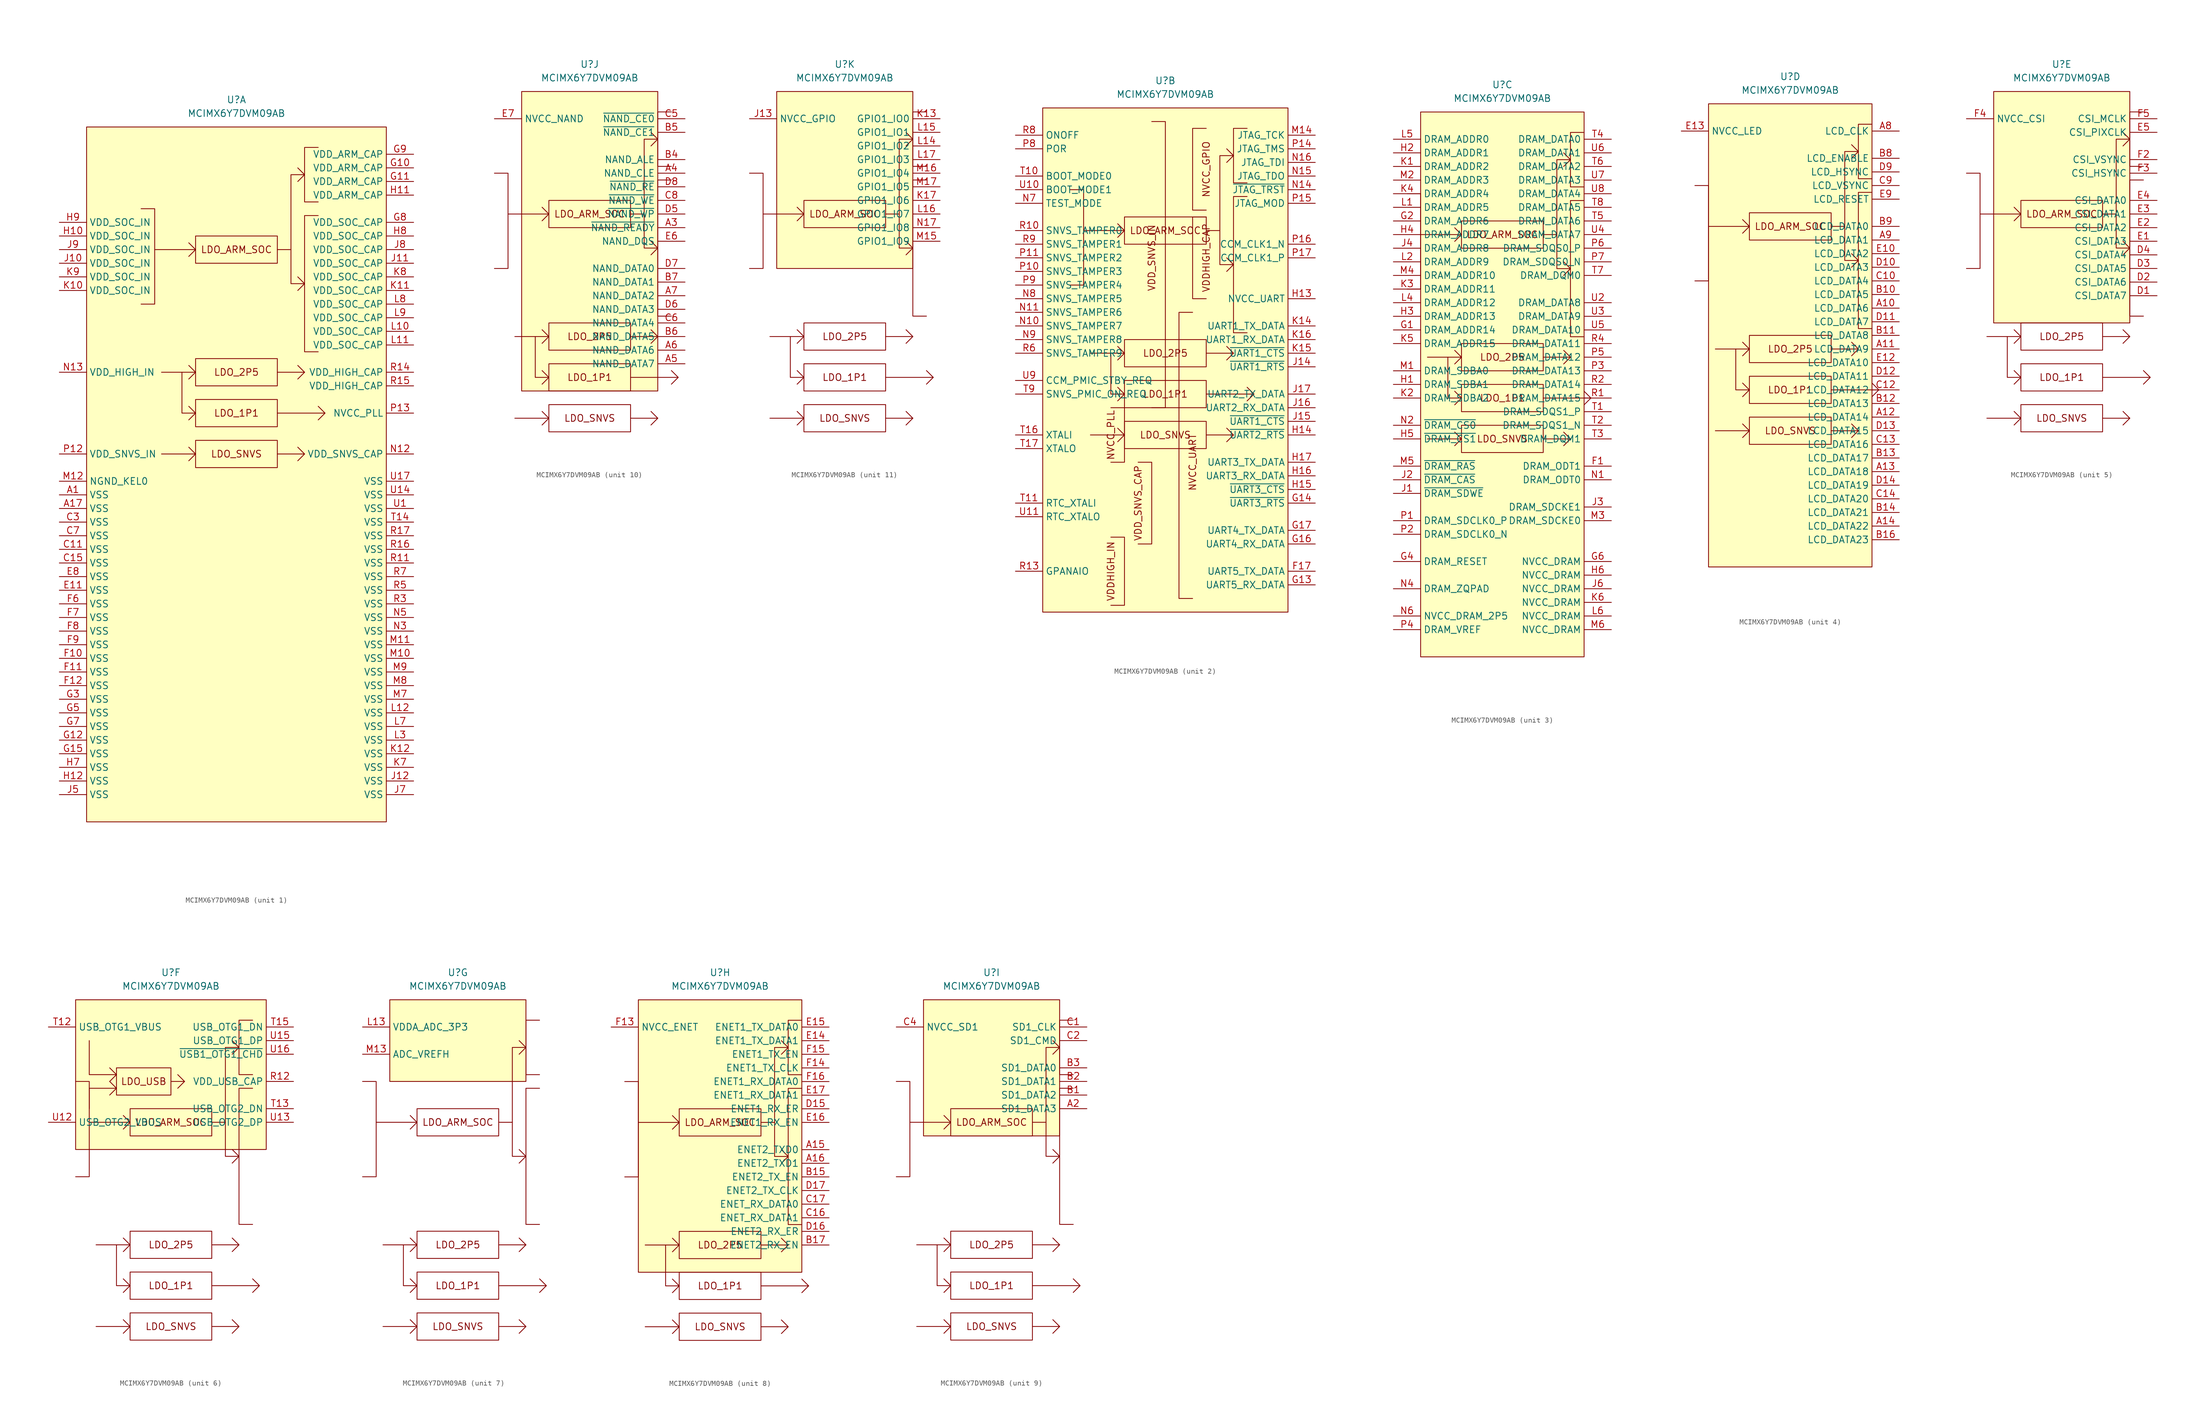
<source format=kicad_sym>
(kicad_symbol_lib
  (version 20210619)
  (generator kicad_symbol_editor)
  (symbol "symbols:MCIMX6Y7DVM09AB"
    (property "Reference" "U"
      (at 0 0 0)
      (effects (font (size 1.27 1.27))))
    (property "Value" "MCIMX6Y7DVM09AB"
      (at 0 -2.54 0)
      (effects (font (size 1.27 1.27))))
    (property "ki_locked" ""
      (at 0 0 0)
      (effects (font (size 1.27 1.27))))
    (symbol "MCIMX6Y7DVM09AB_0_0"
      (text "LDO_1P1" (at 0 -58.42 0) (effects (font (size 1.27 1.27))))
      (text "LDO_2P5" (at 0 -50.8 0) (effects (font (size 1.27 1.27))))
      (text "LDO_ARM_SOC" (at 0 -27.94 0) (effects (font (size 1.27 1.27))))
      (text "LDO_SNVS" (at 0 -66.04 0) (effects (font (size 1.27 1.27))))
      (rectangle (start -7.62 -63.5) (end 7.62 -68.58) (stroke (width 0.152)) (fill (type none)))
      (rectangle (start -7.62 -55.88) (end 7.62 -60.96) (stroke (width 0.152)) (fill (type none)))
      (rectangle (start -7.62 -48.26) (end 7.62 -53.34) (stroke (width 0.152)) (fill (type none)))
      (rectangle (start -7.62 -25.4) (end 7.62 -30.48) (stroke (width 0.152)) (fill (type none)))
      (polyline (pts (xy -15.24 -27.94) (xy -7.62 -27.94)) (stroke (width 0.152)) (fill (type none)))
      (polyline (pts (xy -13.97 -66.04) (xy -7.62 -66.04)) (stroke (width 0.152)) (fill (type none)))
      (polyline (pts (xy -13.97 -50.8) (xy -7.62 -50.8)) (stroke (width 0.152)) (fill (type none)))
      (polyline (pts (xy 7.62 -66.04) (xy 12.7 -66.04)) (stroke (width 0.152)) (fill (type none)))
      (polyline (pts (xy 7.62 -58.42) (xy 16.51 -58.42)) (stroke (width 0.152)) (fill (type none)))
      (polyline (pts (xy 7.62 -50.8) (xy 12.7 -50.8)) (stroke (width 0.152)) (fill (type none)))
      (polyline (pts (xy -8.89 -64.77) (xy -7.62 -66.04) (xy -8.89 -67.31)) (stroke (width 0.152)) (fill (type none)))
      (polyline (pts (xy -8.89 -57.15) (xy -7.62 -58.42) (xy -8.89 -59.69)) (stroke (width 0.152)) (fill (type none)))
      (polyline (pts (xy -8.89 -49.53) (xy -7.62 -50.8) (xy -8.89 -52.07)) (stroke (width 0.152)) (fill (type none)))
      (polyline (pts (xy -8.89 -26.67) (xy -7.62 -27.94) (xy -8.89 -29.21)) (stroke (width 0.152)) (fill (type none)))
      (polyline (pts (xy -7.62 -58.42) (xy -10.16 -58.42) (xy -10.16 -50.8)) (stroke (width 0.152)) (fill (type none)))
      (polyline (pts (xy 10.16 -27.94) (xy 10.16 -34.29) (xy 12.7 -34.29)) (stroke (width 0.152)) (fill (type none)))
      (polyline (pts (xy 11.43 -64.77) (xy 12.7 -66.04) (xy 11.43 -67.31)) (stroke (width 0.152)) (fill (type none)))
      (polyline (pts (xy 11.43 -52.07) (xy 12.7 -50.8) (xy 11.43 -49.53)) (stroke (width 0.152)) (fill (type none)))
      (polyline (pts (xy 11.43 -33.02) (xy 12.7 -34.29) (xy 11.43 -35.56)) (stroke (width 0.152)) (fill (type none)))
      (polyline (pts (xy 11.43 -12.7) (xy 12.7 -13.97) (xy 11.43 -15.24)) (stroke (width 0.152)) (fill (type none)))
      (polyline (pts (xy 15.24 -59.69) (xy 16.51 -58.42) (xy 15.24 -57.15)) (stroke (width 0.152)) (fill (type none)))
      (polyline (pts (xy -17.78 -20.32) (xy -15.24 -20.32) (xy -15.24 -38.1) (xy -17.78 -38.1)) (stroke (width 0.152)) (fill (type none)))
      (polyline (pts (xy 7.62 -27.94) (xy 10.16 -27.94) (xy 10.16 -13.97) (xy 12.7 -13.97)) (stroke (width 0.152)) (fill (type none)))
      (polyline (pts (xy 15.24 -21.59) (xy 12.7 -21.59) (xy 12.7 -46.99) (xy 15.24 -46.99)) (stroke (width 0.152)) (fill (type none)))
      (polyline (pts (xy 15.24 -8.89) (xy 12.7 -8.89) (xy 12.7 -19.05) (xy 15.24 -19.05)) (stroke (width 0.152)) (fill (type none))))
    (symbol "MCIMX6Y7DVM09AB_1_1"
      (rectangle (start -27.94 -5.08) (end 27.94 -134.62) (stroke (width 0.152)) (fill (type background)))
      (pin power_in line (at -33.02 -73.66 0) (length 5.08) (name "VSS" (effects (font (size 1.27 1.27)))) (number "A1" (effects (font (size 1.27 1.27)))))
      (pin power_in line (at -33.02 -76.2 0) (length 5.08) (name "VSS" (effects (font (size 1.27 1.27)))) (number "A17" (effects (font (size 1.27 1.27)))))
      (pin power_in line (at -33.02 -83.82 0) (length 5.08) (name "VSS" (effects (font (size 1.27 1.27)))) (number "C11" (effects (font (size 1.27 1.27)))))
      (pin power_in line (at -33.02 -86.36 0) (length 5.08) (name "VSS" (effects (font (size 1.27 1.27)))) (number "C15" (effects (font (size 1.27 1.27)))))
      (pin power_in line (at -33.02 -78.74 0) (length 5.08) (name "VSS" (effects (font (size 1.27 1.27)))) (number "C3" (effects (font (size 1.27 1.27)))))
      (pin power_in line (at -33.02 -81.28 0) (length 5.08) (name "VSS" (effects (font (size 1.27 1.27)))) (number "C7" (effects (font (size 1.27 1.27)))))
      (pin power_in line (at -33.02 -91.44 0) (length 5.08) (name "VSS" (effects (font (size 1.27 1.27)))) (number "E11" (effects (font (size 1.27 1.27)))))
      (pin power_in line (at -33.02 -88.9 0) (length 5.08) (name "VSS" (effects (font (size 1.27 1.27)))) (number "E8" (effects (font (size 1.27 1.27)))))
      (pin power_in line (at -33.02 -104.14 0) (length 5.08) (name "VSS" (effects (font (size 1.27 1.27)))) (number "F10" (effects (font (size 1.27 1.27)))))
      (pin power_in line (at -33.02 -106.68 0) (length 5.08) (name "VSS" (effects (font (size 1.27 1.27)))) (number "F11" (effects (font (size 1.27 1.27)))))
      (pin power_in line (at -33.02 -109.22 0) (length 5.08) (name "VSS" (effects (font (size 1.27 1.27)))) (number "F12" (effects (font (size 1.27 1.27)))))
      (pin power_in line (at -33.02 -93.98 0) (length 5.08) (name "VSS" (effects (font (size 1.27 1.27)))) (number "F6" (effects (font (size 1.27 1.27)))))
      (pin power_in line (at -33.02 -96.52 0) (length 5.08) (name "VSS" (effects (font (size 1.27 1.27)))) (number "F7" (effects (font (size 1.27 1.27)))))
      (pin power_in line (at -33.02 -99.06 0) (length 5.08) (name "VSS" (effects (font (size 1.27 1.27)))) (number "F8" (effects (font (size 1.27 1.27)))))
      (pin power_in line (at -33.02 -101.6 0) (length 5.08) (name "VSS" (effects (font (size 1.27 1.27)))) (number "F9" (effects (font (size 1.27 1.27)))))
      (pin power_out line (at 33.02 -12.7 180) (length 5.08) (name "VDD_ARM_CAP" (effects (font (size 1.27 1.27)))) (number "G10" (effects (font (size 1.27 1.27)))))
      (pin power_out line (at 33.02 -15.24 180) (length 5.08) (name "VDD_ARM_CAP" (effects (font (size 1.27 1.27)))) (number "G11" (effects (font (size 1.27 1.27)))))
      (pin power_in line (at -33.02 -119.38 0) (length 5.08) (name "VSS" (effects (font (size 1.27 1.27)))) (number "G12" (effects (font (size 1.27 1.27)))))
      (pin power_in line (at -33.02 -121.92 0) (length 5.08) (name "VSS" (effects (font (size 1.27 1.27)))) (number "G15" (effects (font (size 1.27 1.27)))))
      (pin power_in line (at -33.02 -111.76 0) (length 5.08) (name "VSS" (effects (font (size 1.27 1.27)))) (number "G3" (effects (font (size 1.27 1.27)))))
      (pin power_in line (at -33.02 -114.3 0) (length 5.08) (name "VSS" (effects (font (size 1.27 1.27)))) (number "G5" (effects (font (size 1.27 1.27)))))
      (pin power_in line (at -33.02 -116.84 0) (length 5.08) (name "VSS" (effects (font (size 1.27 1.27)))) (number "G7" (effects (font (size 1.27 1.27)))))
      (pin power_out line (at 33.02 -22.86 180) (length 5.08) (name "VDD_SOC_CAP" (effects (font (size 1.27 1.27)))) (number "G8" (effects (font (size 1.27 1.27)))))
      (pin power_out line (at 33.02 -10.16 180) (length 5.08) (name "VDD_ARM_CAP" (effects (font (size 1.27 1.27)))) (number "G9" (effects (font (size 1.27 1.27)))))
      (pin power_in line (at -33.02 -25.4 0) (length 5.08) (name "VDD_SOC_IN" (effects (font (size 1.27 1.27)))) (number "H10" (effects (font (size 1.27 1.27)))))
      (pin power_out line (at 33.02 -17.78 180) (length 5.08) (name "VDD_ARM_CAP" (effects (font (size 1.27 1.27)))) (number "H11" (effects (font (size 1.27 1.27)))))
      (pin power_in line (at -33.02 -127 0) (length 5.08) (name "VSS" (effects (font (size 1.27 1.27)))) (number "H12" (effects (font (size 1.27 1.27)))))
      (pin power_in line (at -33.02 -124.46 0) (length 5.08) (name "VSS" (effects (font (size 1.27 1.27)))) (number "H7" (effects (font (size 1.27 1.27)))))
      (pin power_out line (at 33.02 -25.4 180) (length 5.08) (name "VDD_SOC_CAP" (effects (font (size 1.27 1.27)))) (number "H8" (effects (font (size 1.27 1.27)))))
      (pin power_in line (at -33.02 -22.86 0) (length 5.08) (name "VDD_SOC_IN" (effects (font (size 1.27 1.27)))) (number "H9" (effects (font (size 1.27 1.27)))))
      (pin power_in line (at -33.02 -30.48 0) (length 5.08) (name "VDD_SOC_IN" (effects (font (size 1.27 1.27)))) (number "J10" (effects (font (size 1.27 1.27)))))
      (pin power_out line (at 33.02 -30.48 180) (length 5.08) (name "VDD_SOC_CAP" (effects (font (size 1.27 1.27)))) (number "J11" (effects (font (size 1.27 1.27)))))
      (pin power_out line (at 33.02 -127 180) (length 5.08) (name "VSS" (effects (font (size 1.27 1.27)))) (number "J12" (effects (font (size 1.27 1.27)))))
      (pin power_in line (at -33.02 -129.54 0) (length 5.08) (name "VSS" (effects (font (size 1.27 1.27)))) (number "J5" (effects (font (size 1.27 1.27)))))
      (pin power_out line (at 33.02 -129.54 180) (length 5.08) (name "VSS" (effects (font (size 1.27 1.27)))) (number "J7" (effects (font (size 1.27 1.27)))))
      (pin power_out line (at 33.02 -27.94 180) (length 5.08) (name "VDD_SOC_CAP" (effects (font (size 1.27 1.27)))) (number "J8" (effects (font (size 1.27 1.27)))))
      (pin power_in line (at -33.02 -27.94 0) (length 5.08) (name "VDD_SOC_IN" (effects (font (size 1.27 1.27)))) (number "J9" (effects (font (size 1.27 1.27)))))
      (pin power_in line (at -33.02 -35.56 0) (length 5.08) (name "VDD_SOC_IN" (effects (font (size 1.27 1.27)))) (number "K10" (effects (font (size 1.27 1.27)))))
      (pin power_out line (at 33.02 -35.56 180) (length 5.08) (name "VDD_SOC_CAP" (effects (font (size 1.27 1.27)))) (number "K11" (effects (font (size 1.27 1.27)))))
      (pin power_out line (at 33.02 -121.92 180) (length 5.08) (name "VSS" (effects (font (size 1.27 1.27)))) (number "K12" (effects (font (size 1.27 1.27)))))
      (pin power_out line (at 33.02 -124.46 180) (length 5.08) (name "VSS" (effects (font (size 1.27 1.27)))) (number "K7" (effects (font (size 1.27 1.27)))))
      (pin power_out line (at 33.02 -33.02 180) (length 5.08) (name "VDD_SOC_CAP" (effects (font (size 1.27 1.27)))) (number "K8" (effects (font (size 1.27 1.27)))))
      (pin power_in line (at -33.02 -33.02 0) (length 5.08) (name "VDD_SOC_IN" (effects (font (size 1.27 1.27)))) (number "K9" (effects (font (size 1.27 1.27)))))
      (pin power_out line (at 33.02 -43.18 180) (length 5.08) (name "VDD_SOC_CAP" (effects (font (size 1.27 1.27)))) (number "L10" (effects (font (size 1.27 1.27)))))
      (pin power_out line (at 33.02 -45.72 180) (length 5.08) (name "VDD_SOC_CAP" (effects (font (size 1.27 1.27)))) (number "L11" (effects (font (size 1.27 1.27)))))
      (pin power_out line (at 33.02 -114.3 180) (length 5.08) (name "VSS" (effects (font (size 1.27 1.27)))) (number "L12" (effects (font (size 1.27 1.27)))))
      (pin power_out line (at 33.02 -119.38 180) (length 5.08) (name "VSS" (effects (font (size 1.27 1.27)))) (number "L3" (effects (font (size 1.27 1.27)))))
      (pin power_out line (at 33.02 -116.84 180) (length 5.08) (name "VSS" (effects (font (size 1.27 1.27)))) (number "L7" (effects (font (size 1.27 1.27)))))
      (pin power_out line (at 33.02 -38.1 180) (length 5.08) (name "VDD_SOC_CAP" (effects (font (size 1.27 1.27)))) (number "L8" (effects (font (size 1.27 1.27)))))
      (pin power_out line (at 33.02 -40.64 180) (length 5.08) (name "VDD_SOC_CAP" (effects (font (size 1.27 1.27)))) (number "L9" (effects (font (size 1.27 1.27)))))
      (pin power_out line (at 33.02 -104.14 180) (length 5.08) (name "VSS" (effects (font (size 1.27 1.27)))) (number "M10" (effects (font (size 1.27 1.27)))))
      (pin power_out line (at 33.02 -101.6 180) (length 5.08) (name "VSS" (effects (font (size 1.27 1.27)))) (number "M11" (effects (font (size 1.27 1.27)))))
      (pin power_in line (at -33.02 -71.12 0) (length 5.08) (name "NGND_KEL0" (effects (font (size 1.27 1.27)))) (number "M12" (effects (font (size 1.27 1.27)))))
      (pin power_out line (at 33.02 -111.76 180) (length 5.08) (name "VSS" (effects (font (size 1.27 1.27)))) (number "M7" (effects (font (size 1.27 1.27)))))
      (pin power_out line (at 33.02 -109.22 180) (length 5.08) (name "VSS" (effects (font (size 1.27 1.27)))) (number "M8" (effects (font (size 1.27 1.27)))))
      (pin power_out line (at 33.02 -106.68 180) (length 5.08) (name "VSS" (effects (font (size 1.27 1.27)))) (number "M9" (effects (font (size 1.27 1.27)))))
      (pin power_out line (at 33.02 -66.04 180) (length 5.08) (name "VDD_SNVS_CAP" (effects (font (size 1.27 1.27)))) (number "N12" (effects (font (size 1.27 1.27)))))
      (pin power_in line (at -33.02 -50.8 0) (length 5.08) (name "VDD_HIGH_IN" (effects (font (size 1.27 1.27)))) (number "N13" (effects (font (size 1.27 1.27)))))
      (pin power_out line (at 33.02 -99.06 180) (length 5.08) (name "VSS" (effects (font (size 1.27 1.27)))) (number "N3" (effects (font (size 1.27 1.27)))))
      (pin power_out line (at 33.02 -96.52 180) (length 5.08) (name "VSS" (effects (font (size 1.27 1.27)))) (number "N5" (effects (font (size 1.27 1.27)))))
      (pin power_in line (at -33.02 -66.04 0) (length 5.08) (name "VDD_SNVS_IN" (effects (font (size 1.27 1.27)))) (number "P12" (effects (font (size 1.27 1.27)))))
      (pin power_out line (at 33.02 -58.42 180) (length 5.08) (name "NVCC_PLL" (effects (font (size 1.27 1.27)))) (number "P13" (effects (font (size 1.27 1.27)))))
      (pin power_out line (at 33.02 -86.36 180) (length 5.08) (name "VSS" (effects (font (size 1.27 1.27)))) (number "R11" (effects (font (size 1.27 1.27)))))
      (pin power_out line (at 33.02 -50.8 180) (length 5.08) (name "VDD_HIGH_CAP" (effects (font (size 1.27 1.27)))) (number "R14" (effects (font (size 1.27 1.27)))))
      (pin power_out line (at 33.02 -53.34 180) (length 5.08) (name "VDD_HIGH_CAP" (effects (font (size 1.27 1.27)))) (number "R15" (effects (font (size 1.27 1.27)))))
      (pin power_out line (at 33.02 -83.82 180) (length 5.08) (name "VSS" (effects (font (size 1.27 1.27)))) (number "R16" (effects (font (size 1.27 1.27)))))
      (pin power_out line (at 33.02 -81.28 180) (length 5.08) (name "VSS" (effects (font (size 1.27 1.27)))) (number "R17" (effects (font (size 1.27 1.27)))))
      (pin power_out line (at 33.02 -93.98 180) (length 5.08) (name "VSS" (effects (font (size 1.27 1.27)))) (number "R3" (effects (font (size 1.27 1.27)))))
      (pin power_out line (at 33.02 -91.44 180) (length 5.08) (name "VSS" (effects (font (size 1.27 1.27)))) (number "R5" (effects (font (size 1.27 1.27)))))
      (pin power_out line (at 33.02 -88.9 180) (length 5.08) (name "VSS" (effects (font (size 1.27 1.27)))) (number "R7" (effects (font (size 1.27 1.27)))))
      (pin power_out line (at 33.02 -78.74 180) (length 5.08) (name "VSS" (effects (font (size 1.27 1.27)))) (number "T14" (effects (font (size 1.27 1.27)))))
      (pin power_out line (at 33.02 -76.2 180) (length 5.08) (name "VSS" (effects (font (size 1.27 1.27)))) (number "U1" (effects (font (size 1.27 1.27)))))
      (pin power_out line (at 33.02 -73.66 180) (length 5.08) (name "VSS" (effects (font (size 1.27 1.27)))) (number "U14" (effects (font (size 1.27 1.27)))))
      (pin power_out line (at 33.02 -71.12 180) (length 5.08) (name "VSS" (effects (font (size 1.27 1.27)))) (number "U17" (effects (font (size 1.27 1.27))))))
    (symbol "MCIMX6Y7DVM09AB_2_0"
      (rectangle (start -22.86 -5.08) (end 22.86 -99.06) (stroke (width 0.152)) (fill (type background)))
      (polyline (pts (xy -10.16 -60.96) (xy -7.62 -60.96) (xy -7.62 -71.12) (xy -10.16 -71.12)) (stroke (width 0.152)) (fill (type none)))
      (polyline (pts (xy -5.08 -71.12) (xy -2.54 -71.12) (xy -2.54 -86.36) (xy -5.08 -86.36)) (stroke (width 0.152)) (fill (type none)))
      (polyline (pts (xy 5.08 -43.18) (xy 2.54 -43.18) (xy 2.54 -96.52) (xy 5.08 -96.52)) (stroke (width 0.152)) (fill (type none)))
      (polyline (pts (xy 7.62 -40.64) (xy 5.08 -40.64) (xy 5.08 -25.4) (xy 7.62 -25.4)) (stroke (width 0.152)) (fill (type none)))
      (polyline (pts (xy 7.62 -24.13) (xy 5.08 -24.13) (xy 5.08 -8.89) (xy 7.62 -8.89)) (stroke (width 0.152)) (fill (type none))))
    (symbol "MCIMX6Y7DVM09AB_2_1"
      (text "NVCC_GPIO" (at 7.62 -16.51 900) (effects (font (size 1.27 1.27))))
      (text "NVCC_PLL" (at -10.16 -66.04 900) (effects (font (size 1.27 1.27))))
      (text "NVCC_UART" (at 5.08 -71.12 900) (effects (font (size 1.27 1.27))))
      (text "VDD_SNVS_CAP" (at -5.08 -78.74 900) (effects (font (size 1.27 1.27))))
      (text "VDD_SNVS_IN" (at -2.54 -33.02 900) (effects (font (size 1.27 1.27))))
      (text "VDDHIGH_CAP" (at 7.62 -33.02 900) (effects (font (size 1.27 1.27))))
      (text "VDDHIGH_IN" (at -10.16 -91.44 900) (effects (font (size 1.27 1.27))))
      (polyline (pts (xy -10.16 -85.09) (xy -7.62 -85.09) (xy -7.62 -97.79) (xy -10.16 -97.79)) (stroke (width 0.152)) (fill (type none)))
      (polyline (pts (xy -2.54 -7.62) (xy 0 -7.62) (xy 0 -60.96) (xy -2.54 -60.96)) (stroke (width 0.152)) (fill (type none)))
      (pin output line (at 27.94 -91.44 180) (length 5.08) (name "UART5_TX_DATA" (effects (font (size 1.27 1.27)))) (number "F17" (effects (font (size 1.27 1.27)))))
      (pin input line (at 27.94 -93.98 180) (length 5.08) (name "UART5_RX_DATA" (effects (font (size 1.27 1.27)))) (number "G13" (effects (font (size 1.27 1.27)))))
      (pin output line (at 27.94 -78.74 180) (length 5.08) (name "~{UART3_RTS}" (effects (font (size 1.27 1.27)))) (number "G14" (effects (font (size 1.27 1.27)))))
      (pin input line (at 27.94 -86.36 180) (length 5.08) (name "UART4_RX_DATA" (effects (font (size 1.27 1.27)))) (number "G16" (effects (font (size 1.27 1.27)))))
      (pin output line (at 27.94 -83.82 180) (length 5.08) (name "UART4_TX_DATA" (effects (font (size 1.27 1.27)))) (number "G17" (effects (font (size 1.27 1.27)))))
      (pin power_in line (at 27.94 -40.64 180) (length 5.08) (name "NVCC_UART" (effects (font (size 1.27 1.27)))) (number "H13" (effects (font (size 1.27 1.27)))))
      (pin output line (at 27.94 -66.04 180) (length 5.08) (name "~{UART2_RTS}" (effects (font (size 1.27 1.27)))) (number "H14" (effects (font (size 1.27 1.27)))))
      (pin output line (at 27.94 -76.2 180) (length 5.08) (name "~{UART3_CTS}" (effects (font (size 1.27 1.27)))) (number "H15" (effects (font (size 1.27 1.27)))))
      (pin input line (at 27.94 -73.66 180) (length 5.08) (name "UART3_RX_DATA" (effects (font (size 1.27 1.27)))) (number "H16" (effects (font (size 1.27 1.27)))))
      (pin output line (at 27.94 -71.12 180) (length 5.08) (name "UART3_TX_DATA" (effects (font (size 1.27 1.27)))) (number "H17" (effects (font (size 1.27 1.27)))))
      (pin output line (at 27.94 -53.34 180) (length 5.08) (name "~{UART1_RTS}" (effects (font (size 1.27 1.27)))) (number "J14" (effects (font (size 1.27 1.27)))))
      (pin output line (at 27.94 -63.5 180) (length 5.08) (name "~{UART1_CTS}" (effects (font (size 1.27 1.27)))) (number "J15" (effects (font (size 1.27 1.27)))))
      (pin input line (at 27.94 -60.96 180) (length 5.08) (name "UART2_RX_DATA" (effects (font (size 1.27 1.27)))) (number "J16" (effects (font (size 1.27 1.27)))))
      (pin output line (at 27.94 -58.42 180) (length 5.08) (name "UART2_TX_DATA" (effects (font (size 1.27 1.27)))) (number "J17" (effects (font (size 1.27 1.27)))))
      (pin output line (at 27.94 -45.72 180) (length 5.08) (name "UART1_TX_DATA" (effects (font (size 1.27 1.27)))) (number "K14" (effects (font (size 1.27 1.27)))))
      (pin output line (at 27.94 -50.8 180) (length 5.08) (name "~{UART1_CTS}" (effects (font (size 1.27 1.27)))) (number "K15" (effects (font (size 1.27 1.27)))))
      (pin input line (at 27.94 -48.26 180) (length 5.08) (name "UART1_RX_DATA" (effects (font (size 1.27 1.27)))) (number "K16" (effects (font (size 1.27 1.27)))))
      (pin input line (at 27.94 -10.16 180) (length 5.08) (name "JTAG_TCK" (effects (font (size 1.27 1.27)))) (number "M14" (effects (font (size 1.27 1.27)))))
      (pin input line (at -27.94 -45.72 0) (length 5.08) (name "SNVS_TAMPER7" (effects (font (size 1.27 1.27)))) (number "N10" (effects (font (size 1.27 1.27)))))
      (pin input line (at -27.94 -43.18 0) (length 5.08) (name "SNVS_TAMPER6" (effects (font (size 1.27 1.27)))) (number "N11" (effects (font (size 1.27 1.27)))))
      (pin input line (at 27.94 -20.32 180) (length 5.08) (name "~{JTAG_TRST}" (effects (font (size 1.27 1.27)))) (number "N14" (effects (font (size 1.27 1.27)))))
      (pin output line (at 27.94 -17.78 180) (length 5.08) (name "JTAG_TDO" (effects (font (size 1.27 1.27)))) (number "N15" (effects (font (size 1.27 1.27)))))
      (pin input line (at 27.94 -15.24 180) (length 5.08) (name "JTAG_TDI" (effects (font (size 1.27 1.27)))) (number "N16" (effects (font (size 1.27 1.27)))))
      (pin input line (at -27.94 -22.86 0) (length 5.08) (name "TEST_MODE" (effects (font (size 1.27 1.27)))) (number "N7" (effects (font (size 1.27 1.27)))))
      (pin input line (at -27.94 -40.64 0) (length 5.08) (name "SNVS_TAMPER5" (effects (font (size 1.27 1.27)))) (number "N8" (effects (font (size 1.27 1.27)))))
      (pin input line (at -27.94 -48.26 0) (length 5.08) (name "SNVS_TAMPER8" (effects (font (size 1.27 1.27)))) (number "N9" (effects (font (size 1.27 1.27)))))
      (pin input line (at -27.94 -35.56 0) (length 5.08) (name "SNVS_TAMPER3" (effects (font (size 1.27 1.27)))) (number "P10" (effects (font (size 1.27 1.27)))))
      (pin input line (at -27.94 -33.02 0) (length 5.08) (name "SNVS_TAMPER2" (effects (font (size 1.27 1.27)))) (number "P11" (effects (font (size 1.27 1.27)))))
      (pin input line (at 27.94 -12.7 180) (length 5.08) (name "JTAG_TMS" (effects (font (size 1.27 1.27)))) (number "P14" (effects (font (size 1.27 1.27)))))
      (pin input line (at 27.94 -22.86 180) (length 5.08) (name "JTAG_MOD" (effects (font (size 1.27 1.27)))) (number "P15" (effects (font (size 1.27 1.27)))))
      (pin output line (at 27.94 -30.48 180) (length 5.08) (name "CCM_CLK1_N" (effects (font (size 1.27 1.27)))) (number "P16" (effects (font (size 1.27 1.27)))))
      (pin output line (at 27.94 -33.02 180) (length 5.08) (name "CCM_CLK1_P" (effects (font (size 1.27 1.27)))) (number "P17" (effects (font (size 1.27 1.27)))))
      (pin input line (at -27.94 -12.7 0) (length 5.08) (name "POR" (effects (font (size 1.27 1.27)))) (number "P8" (effects (font (size 1.27 1.27)))))
      (pin input line (at -27.94 -38.1 0) (length 5.08) (name "SNVS_TAMPER4" (effects (font (size 1.27 1.27)))) (number "P9" (effects (font (size 1.27 1.27)))))
      (pin input line (at -27.94 -27.94 0) (length 5.08) (name "SNVS_TAMPER0" (effects (font (size 1.27 1.27)))) (number "R10" (effects (font (size 1.27 1.27)))))
      (pin input line (at -27.94 -91.44 0) (length 5.08) (name "GPANAIO" (effects (font (size 1.27 1.27)))) (number "R13" (effects (font (size 1.27 1.27)))))
      (pin input line (at -27.94 -50.8 0) (length 5.08) (name "SNVS_TAMPER9" (effects (font (size 1.27 1.27)))) (number "R6" (effects (font (size 1.27 1.27)))))
      (pin input line (at -27.94 -10.16 0) (length 5.08) (name "ONOFF" (effects (font (size 1.27 1.27)))) (number "R8" (effects (font (size 1.27 1.27)))))
      (pin input line (at -27.94 -30.48 0) (length 5.08) (name "SNVS_TAMPER1" (effects (font (size 1.27 1.27)))) (number "R9" (effects (font (size 1.27 1.27)))))
      (pin input line (at -27.94 -17.78 0) (length 5.08) (name "BOOT_MODE0" (effects (font (size 1.27 1.27)))) (number "T10" (effects (font (size 1.27 1.27)))))
      (pin input line (at -27.94 -78.74 0) (length 5.08) (name "RTC_XTALI" (effects (font (size 1.27 1.27)))) (number "T11" (effects (font (size 1.27 1.27)))))
      (pin input line (at -27.94 -66.04 0) (length 5.08) (name "XTALI" (effects (font (size 1.27 1.27)))) (number "T16" (effects (font (size 1.27 1.27)))))
      (pin output line (at -27.94 -68.58 0) (length 5.08) (name "XTALO" (effects (font (size 1.27 1.27)))) (number "T17" (effects (font (size 1.27 1.27)))))
      (pin input line (at -27.94 -58.42 0) (length 5.08) (name "SNVS_PMIC_ON_REQ" (effects (font (size 1.27 1.27)))) (number "T9" (effects (font (size 1.27 1.27)))))
      (pin input line (at -27.94 -20.32 0) (length 5.08) (name "BOOT_MODE1" (effects (font (size 1.27 1.27)))) (number "U10" (effects (font (size 1.27 1.27)))))
      (pin output line (at -27.94 -81.28 0) (length 5.08) (name "RTC_XTALO" (effects (font (size 1.27 1.27)))) (number "U11" (effects (font (size 1.27 1.27)))))
      (pin input line (at -27.94 -55.88 0) (length 5.08) (name "CCM_PMIC_STBY_REQ" (effects (font (size 1.27 1.27)))) (number "U9" (effects (font (size 1.27 1.27))))))
    (symbol "MCIMX6Y7DVM09AB_3_1"
      (rectangle (start -15.24 -5.08) (end 15.24 -106.68) (stroke (width 0.152)) (fill (type background)))
      (pin output line (at 20.32 -71.12 180) (length 5.08) (name "DRAM_ODT1" (effects (font (size 1.27 1.27)))) (number "F1" (effects (font (size 1.27 1.27)))))
      (pin output line (at -20.32 -45.72 0) (length 5.08) (name "DRAM_ADDR14" (effects (font (size 1.27 1.27)))) (number "G1" (effects (font (size 1.27 1.27)))))
      (pin output line (at -20.32 -25.4 0) (length 5.08) (name "DRAM_ADDR6" (effects (font (size 1.27 1.27)))) (number "G2" (effects (font (size 1.27 1.27)))))
      (pin output line (at -20.32 -88.9 0) (length 5.08) (name "DRAM_RESET" (effects (font (size 1.27 1.27)))) (number "G4" (effects (font (size 1.27 1.27)))))
      (pin power_in line (at 20.32 -88.9 180) (length 5.08) (name "NVCC_DRAM" (effects (font (size 1.27 1.27)))) (number "G6" (effects (font (size 1.27 1.27)))))
      (pin output line (at -20.32 -55.88 0) (length 5.08) (name "DRAM_SDBA1" (effects (font (size 1.27 1.27)))) (number "H1" (effects (font (size 1.27 1.27)))))
      (pin output line (at -20.32 -12.7 0) (length 5.08) (name "DRAM_ADDR1" (effects (font (size 1.27 1.27)))) (number "H2" (effects (font (size 1.27 1.27)))))
      (pin output line (at -20.32 -43.18 0) (length 5.08) (name "DRAM_ADDR13" (effects (font (size 1.27 1.27)))) (number "H3" (effects (font (size 1.27 1.27)))))
      (pin output line (at -20.32 -27.94 0) (length 5.08) (name "DRAM_ADDR7" (effects (font (size 1.27 1.27)))) (number "H4" (effects (font (size 1.27 1.27)))))
      (pin output line (at -20.32 -66.04 0) (length 5.08) (name "~{DRAM_CS1}" (effects (font (size 1.27 1.27)))) (number "H5" (effects (font (size 1.27 1.27)))))
      (pin power_in line (at 20.32 -91.44 180) (length 5.08) (name "NVCC_DRAM" (effects (font (size 1.27 1.27)))) (number "H6" (effects (font (size 1.27 1.27)))))
      (pin output line (at -20.32 -76.2 0) (length 5.08) (name "~{DRAM_SDWE}" (effects (font (size 1.27 1.27)))) (number "J1" (effects (font (size 1.27 1.27)))))
      (pin output line (at -20.32 -73.66 0) (length 5.08) (name "~{DRAM_CAS}" (effects (font (size 1.27 1.27)))) (number "J2" (effects (font (size 1.27 1.27)))))
      (pin output line (at 20.32 -78.74 180) (length 5.08) (name "DRAM_SDCKE1" (effects (font (size 1.27 1.27)))) (number "J3" (effects (font (size 1.27 1.27)))))
      (pin output line (at -20.32 -30.48 0) (length 5.08) (name "DRAM_ADDR8" (effects (font (size 1.27 1.27)))) (number "J4" (effects (font (size 1.27 1.27)))))
      (pin power_in line (at 20.32 -93.98 180) (length 5.08) (name "NVCC_DRAM" (effects (font (size 1.27 1.27)))) (number "J6" (effects (font (size 1.27 1.27)))))
      (pin output line (at -20.32 -15.24 0) (length 5.08) (name "DRAM_ADDR2" (effects (font (size 1.27 1.27)))) (number "K1" (effects (font (size 1.27 1.27)))))
      (pin output line (at -20.32 -58.42 0) (length 5.08) (name "DRAM_SDBA2" (effects (font (size 1.27 1.27)))) (number "K2" (effects (font (size 1.27 1.27)))))
      (pin output line (at -20.32 -38.1 0) (length 5.08) (name "DRAM_ADDR11" (effects (font (size 1.27 1.27)))) (number "K3" (effects (font (size 1.27 1.27)))))
      (pin output line (at -20.32 -20.32 0) (length 5.08) (name "DRAM_ADDR4" (effects (font (size 1.27 1.27)))) (number "K4" (effects (font (size 1.27 1.27)))))
      (pin output line (at -20.32 -48.26 0) (length 5.08) (name "DRAM_ADDR15" (effects (font (size 1.27 1.27)))) (number "K5" (effects (font (size 1.27 1.27)))))
      (pin power_in line (at 20.32 -96.52 180) (length 5.08) (name "NVCC_DRAM" (effects (font (size 1.27 1.27)))) (number "K6" (effects (font (size 1.27 1.27)))))
      (pin output line (at -20.32 -22.86 0) (length 5.08) (name "DRAM_ADDR5" (effects (font (size 1.27 1.27)))) (number "L1" (effects (font (size 1.27 1.27)))))
      (pin output line (at -20.32 -33.02 0) (length 5.08) (name "DRAM_ADDR9" (effects (font (size 1.27 1.27)))) (number "L2" (effects (font (size 1.27 1.27)))))
      (pin output line (at -20.32 -40.64 0) (length 5.08) (name "DRAM_ADDR12" (effects (font (size 1.27 1.27)))) (number "L4" (effects (font (size 1.27 1.27)))))
      (pin output line (at -20.32 -10.16 0) (length 5.08) (name "DRAM_ADDR0" (effects (font (size 1.27 1.27)))) (number "L5" (effects (font (size 1.27 1.27)))))
      (pin power_in line (at 20.32 -99.06 180) (length 5.08) (name "NVCC_DRAM" (effects (font (size 1.27 1.27)))) (number "L6" (effects (font (size 1.27 1.27)))))
      (pin output line (at -20.32 -53.34 0) (length 5.08) (name "DRAM_SDBA0" (effects (font (size 1.27 1.27)))) (number "M1" (effects (font (size 1.27 1.27)))))
      (pin output line (at -20.32 -17.78 0) (length 5.08) (name "DRAM_ADDR3" (effects (font (size 1.27 1.27)))) (number "M2" (effects (font (size 1.27 1.27)))))
      (pin output line (at 20.32 -81.28 180) (length 5.08) (name "DRAM_SDCKE0" (effects (font (size 1.27 1.27)))) (number "M3" (effects (font (size 1.27 1.27)))))
      (pin output line (at -20.32 -35.56 0) (length 5.08) (name "DRAM_ADDR10" (effects (font (size 1.27 1.27)))) (number "M4" (effects (font (size 1.27 1.27)))))
      (pin output line (at -20.32 -71.12 0) (length 5.08) (name "~{DRAM_RAS}" (effects (font (size 1.27 1.27)))) (number "M5" (effects (font (size 1.27 1.27)))))
      (pin power_in line (at 20.32 -101.6 180) (length 5.08) (name "NVCC_DRAM" (effects (font (size 1.27 1.27)))) (number "M6" (effects (font (size 1.27 1.27)))))
      (pin output line (at 20.32 -73.66 180) (length 5.08) (name "DRAM_ODT0" (effects (font (size 1.27 1.27)))) (number "N1" (effects (font (size 1.27 1.27)))))
      (pin output line (at -20.32 -63.5 0) (length 5.08) (name "~{DRAM_CS0}" (effects (font (size 1.27 1.27)))) (number "N2" (effects (font (size 1.27 1.27)))))
      (pin output line (at -20.32 -93.98 0) (length 5.08) (name "DRAM_ZQPAD" (effects (font (size 1.27 1.27)))) (number "N4" (effects (font (size 1.27 1.27)))))
      (pin power_in line (at -20.32 -99.06 0) (length 5.08) (name "NVCC_DRAM_2P5" (effects (font (size 1.27 1.27)))) (number "N6" (effects (font (size 1.27 1.27)))))
      (pin output line (at -20.32 -81.28 0) (length 5.08) (name "DRAM_SDCLK0_P" (effects (font (size 1.27 1.27)))) (number "P1" (effects (font (size 1.27 1.27)))))
      (pin output line (at -20.32 -83.82 0) (length 5.08) (name "DRAM_SDCLK0_N" (effects (font (size 1.27 1.27)))) (number "P2" (effects (font (size 1.27 1.27)))))
      (pin bidirectional line (at 20.32 -53.34 180) (length 5.08) (name "DRAM_DATA13" (effects (font (size 1.27 1.27)))) (number "P3" (effects (font (size 1.27 1.27)))))
      (pin power_in line (at -20.32 -101.6 0) (length 5.08) (name "DRAM_VREF" (effects (font (size 1.27 1.27)))) (number "P4" (effects (font (size 1.27 1.27)))))
      (pin bidirectional line (at 20.32 -50.8 180) (length 5.08) (name "DRAM_DATA12" (effects (font (size 1.27 1.27)))) (number "P5" (effects (font (size 1.27 1.27)))))
      (pin output line (at 20.32 -30.48 180) (length 5.08) (name "DRAM_SDQS0_P" (effects (font (size 1.27 1.27)))) (number "P6" (effects (font (size 1.27 1.27)))))
      (pin output line (at 20.32 -33.02 180) (length 5.08) (name "DRAM_SDQS0_N" (effects (font (size 1.27 1.27)))) (number "P7" (effects (font (size 1.27 1.27)))))
      (pin bidirectional line (at 20.32 -58.42 180) (length 5.08) (name "DRAM_DATA15" (effects (font (size 1.27 1.27)))) (number "R1" (effects (font (size 1.27 1.27)))))
      (pin bidirectional line (at 20.32 -55.88 180) (length 5.08) (name "DRAM_DATA14" (effects (font (size 1.27 1.27)))) (number "R2" (effects (font (size 1.27 1.27)))))
      (pin bidirectional line (at 20.32 -48.26 180) (length 5.08) (name "DRAM_DATA11" (effects (font (size 1.27 1.27)))) (number "R4" (effects (font (size 1.27 1.27)))))
      (pin output line (at 20.32 -60.96 180) (length 5.08) (name "DRAM_SDQS1_P" (effects (font (size 1.27 1.27)))) (number "T1" (effects (font (size 1.27 1.27)))))
      (pin output line (at 20.32 -63.5 180) (length 5.08) (name "DRAM_SDQS1_N" (effects (font (size 1.27 1.27)))) (number "T2" (effects (font (size 1.27 1.27)))))
      (pin output line (at 20.32 -66.04 180) (length 5.08) (name "DRAM_DQM1" (effects (font (size 1.27 1.27)))) (number "T3" (effects (font (size 1.27 1.27)))))
      (pin bidirectional line (at 20.32 -10.16 180) (length 5.08) (name "DRAM_DATA0" (effects (font (size 1.27 1.27)))) (number "T4" (effects (font (size 1.27 1.27)))))
      (pin bidirectional line (at 20.32 -25.4 180) (length 5.08) (name "DRAM_DATA6" (effects (font (size 1.27 1.27)))) (number "T5" (effects (font (size 1.27 1.27)))))
      (pin bidirectional line (at 20.32 -15.24 180) (length 5.08) (name "DRAM_DATA2" (effects (font (size 1.27 1.27)))) (number "T6" (effects (font (size 1.27 1.27)))))
      (pin output line (at 20.32 -35.56 180) (length 5.08) (name "DRAM_DQM0" (effects (font (size 1.27 1.27)))) (number "T7" (effects (font (size 1.27 1.27)))))
      (pin bidirectional line (at 20.32 -22.86 180) (length 5.08) (name "DRAM_DATA5" (effects (font (size 1.27 1.27)))) (number "T8" (effects (font (size 1.27 1.27)))))
      (pin bidirectional line (at 20.32 -40.64 180) (length 5.08) (name "DRAM_DATA8" (effects (font (size 1.27 1.27)))) (number "U2" (effects (font (size 1.27 1.27)))))
      (pin bidirectional line (at 20.32 -43.18 180) (length 5.08) (name "DRAM_DATA9" (effects (font (size 1.27 1.27)))) (number "U3" (effects (font (size 1.27 1.27)))))
      (pin bidirectional line (at 20.32 -27.94 180) (length 5.08) (name "DRAM_DATA7" (effects (font (size 1.27 1.27)))) (number "U4" (effects (font (size 1.27 1.27)))))
      (pin bidirectional line (at 20.32 -45.72 180) (length 5.08) (name "DRAM_DATA10" (effects (font (size 1.27 1.27)))) (number "U5" (effects (font (size 1.27 1.27)))))
      (pin bidirectional line (at 20.32 -12.7 180) (length 5.08) (name "DRAM_DATA1" (effects (font (size 1.27 1.27)))) (number "U6" (effects (font (size 1.27 1.27)))))
      (pin bidirectional line (at 20.32 -17.78 180) (length 5.08) (name "DRAM_DATA3" (effects (font (size 1.27 1.27)))) (number "U7" (effects (font (size 1.27 1.27)))))
      (pin bidirectional line (at 20.32 -20.32 180) (length 5.08) (name "DRAM_DATA4" (effects (font (size 1.27 1.27)))) (number "U8" (effects (font (size 1.27 1.27))))))
    (symbol "MCIMX6Y7DVM09AB_4_1"
      (rectangle (start -15.24 -5.08) (end 15.24 -91.44) (stroke (width 0.152)) (fill (type background)))
      (pin bidirectional line (at 20.32 -43.18 180) (length 5.08) (name "LCD_DATA6" (effects (font (size 1.27 1.27)))) (number "A10" (effects (font (size 1.27 1.27)))))
      (pin bidirectional line (at 20.32 -50.8 180) (length 5.08) (name "LCD_DATA9" (effects (font (size 1.27 1.27)))) (number "A11" (effects (font (size 1.27 1.27)))))
      (pin bidirectional line (at 20.32 -63.5 180) (length 5.08) (name "LCD_DATA14" (effects (font (size 1.27 1.27)))) (number "A12" (effects (font (size 1.27 1.27)))))
      (pin bidirectional line (at 20.32 -73.66 180) (length 5.08) (name "LCD_DATA18" (effects (font (size 1.27 1.27)))) (number "A13" (effects (font (size 1.27 1.27)))))
      (pin bidirectional line (at 20.32 -83.82 180) (length 5.08) (name "LCD_DATA22" (effects (font (size 1.27 1.27)))) (number "A14" (effects (font (size 1.27 1.27)))))
      (pin bidirectional line (at 20.32 -10.16 180) (length 5.08) (name "LCD_CLK" (effects (font (size 1.27 1.27)))) (number "A8" (effects (font (size 1.27 1.27)))))
      (pin bidirectional line (at 20.32 -30.48 180) (length 5.08) (name "LCD_DATA1" (effects (font (size 1.27 1.27)))) (number "A9" (effects (font (size 1.27 1.27)))))
      (pin bidirectional line (at 20.32 -40.64 180) (length 5.08) (name "LCD_DATA5" (effects (font (size 1.27 1.27)))) (number "B10" (effects (font (size 1.27 1.27)))))
      (pin bidirectional line (at 20.32 -48.26 180) (length 5.08) (name "LCD_DATA8" (effects (font (size 1.27 1.27)))) (number "B11" (effects (font (size 1.27 1.27)))))
      (pin bidirectional line (at 20.32 -60.96 180) (length 5.08) (name "LCD_DATA13" (effects (font (size 1.27 1.27)))) (number "B12" (effects (font (size 1.27 1.27)))))
      (pin bidirectional line (at 20.32 -71.12 180) (length 5.08) (name "LCD_DATA17" (effects (font (size 1.27 1.27)))) (number "B13" (effects (font (size 1.27 1.27)))))
      (pin bidirectional line (at 20.32 -81.28 180) (length 5.08) (name "LCD_DATA21" (effects (font (size 1.27 1.27)))) (number "B14" (effects (font (size 1.27 1.27)))))
      (pin bidirectional line (at 20.32 -86.36 180) (length 5.08) (name "LCD_DATA23" (effects (font (size 1.27 1.27)))) (number "B16" (effects (font (size 1.27 1.27)))))
      (pin bidirectional line (at 20.32 -15.24 180) (length 5.08) (name "LCD_ENABLE" (effects (font (size 1.27 1.27)))) (number "B8" (effects (font (size 1.27 1.27)))))
      (pin bidirectional line (at 20.32 -27.94 180) (length 5.08) (name "LCD_DATA0" (effects (font (size 1.27 1.27)))) (number "B9" (effects (font (size 1.27 1.27)))))
      (pin bidirectional line (at 20.32 -38.1 180) (length 5.08) (name "LCD_DATA4" (effects (font (size 1.27 1.27)))) (number "C10" (effects (font (size 1.27 1.27)))))
      (pin bidirectional line (at 20.32 -58.42 180) (length 5.08) (name "LCD_DATA12" (effects (font (size 1.27 1.27)))) (number "C12" (effects (font (size 1.27 1.27)))))
      (pin bidirectional line (at 20.32 -68.58 180) (length 5.08) (name "LCD_DATA16" (effects (font (size 1.27 1.27)))) (number "C13" (effects (font (size 1.27 1.27)))))
      (pin bidirectional line (at 20.32 -78.74 180) (length 5.08) (name "LCD_DATA20" (effects (font (size 1.27 1.27)))) (number "C14" (effects (font (size 1.27 1.27)))))
      (pin bidirectional line (at 20.32 -20.32 180) (length 5.08) (name "LCD_VSYNC" (effects (font (size 1.27 1.27)))) (number "C9" (effects (font (size 1.27 1.27)))))
      (pin bidirectional line (at 20.32 -35.56 180) (length 5.08) (name "LCD_DATA3" (effects (font (size 1.27 1.27)))) (number "D10" (effects (font (size 1.27 1.27)))))
      (pin bidirectional line (at 20.32 -45.72 180) (length 5.08) (name "LCD_DATA7" (effects (font (size 1.27 1.27)))) (number "D11" (effects (font (size 1.27 1.27)))))
      (pin bidirectional line (at 20.32 -55.88 180) (length 5.08) (name "LCD_DATA11" (effects (font (size 1.27 1.27)))) (number "D12" (effects (font (size 1.27 1.27)))))
      (pin bidirectional line (at 20.32 -66.04 180) (length 5.08) (name "LCD_DATA15" (effects (font (size 1.27 1.27)))) (number "D13" (effects (font (size 1.27 1.27)))))
      (pin bidirectional line (at 20.32 -76.2 180) (length 5.08) (name "LCD_DATA19" (effects (font (size 1.27 1.27)))) (number "D14" (effects (font (size 1.27 1.27)))))
      (pin bidirectional line (at 20.32 -17.78 180) (length 5.08) (name "LCD_HSYNC" (effects (font (size 1.27 1.27)))) (number "D9" (effects (font (size 1.27 1.27)))))
      (pin bidirectional line (at 20.32 -33.02 180) (length 5.08) (name "LCD_DATA2" (effects (font (size 1.27 1.27)))) (number "E10" (effects (font (size 1.27 1.27)))))
      (pin bidirectional line (at 20.32 -53.34 180) (length 5.08) (name "LCD_DATA10" (effects (font (size 1.27 1.27)))) (number "E12" (effects (font (size 1.27 1.27)))))
      (pin power_in line (at -20.32 -10.16 0) (length 5.08) (name "NVCC_LED" (effects (font (size 1.27 1.27)))) (number "E13" (effects (font (size 1.27 1.27)))))
      (pin bidirectional line (at 20.32 -22.86 180) (length 5.08) (name "LCD_RESET" (effects (font (size 1.27 1.27)))) (number "E9" (effects (font (size 1.27 1.27))))))
    (symbol "MCIMX6Y7DVM09AB_5_1"
      (rectangle (start -12.7 -5.08) (end 12.7 -48.26) (stroke (width 0.152)) (fill (type background)))
      (pin bidirectional line (at 17.78 -43.18 180) (length 5.08) (name "CSI_DATA7" (effects (font (size 1.27 1.27)))) (number "D1" (effects (font (size 1.27 1.27)))))
      (pin bidirectional line (at 17.78 -40.64 180) (length 5.08) (name "CSI_DATA6" (effects (font (size 1.27 1.27)))) (number "D2" (effects (font (size 1.27 1.27)))))
      (pin bidirectional line (at 17.78 -38.1 180) (length 5.08) (name "CSI_DATA5" (effects (font (size 1.27 1.27)))) (number "D3" (effects (font (size 1.27 1.27)))))
      (pin bidirectional line (at 17.78 -35.56 180) (length 5.08) (name "CSI_DATA4" (effects (font (size 1.27 1.27)))) (number "D4" (effects (font (size 1.27 1.27)))))
      (pin bidirectional line (at 17.78 -33.02 180) (length 5.08) (name "CSI_DATA3" (effects (font (size 1.27 1.27)))) (number "E1" (effects (font (size 1.27 1.27)))))
      (pin bidirectional line (at 17.78 -30.48 180) (length 5.08) (name "CSI_DATA2" (effects (font (size 1.27 1.27)))) (number "E2" (effects (font (size 1.27 1.27)))))
      (pin bidirectional line (at 17.78 -27.94 180) (length 5.08) (name "CSI_DATA1" (effects (font (size 1.27 1.27)))) (number "E3" (effects (font (size 1.27 1.27)))))
      (pin bidirectional line (at 17.78 -25.4 180) (length 5.08) (name "CSI_DATA0" (effects (font (size 1.27 1.27)))) (number "E4" (effects (font (size 1.27 1.27)))))
      (pin bidirectional line (at 17.78 -12.7 180) (length 5.08) (name "CSI_PIXCLK" (effects (font (size 1.27 1.27)))) (number "E5" (effects (font (size 1.27 1.27)))))
      (pin bidirectional line (at 17.78 -17.78 180) (length 5.08) (name "CSI_VSYNC" (effects (font (size 1.27 1.27)))) (number "F2" (effects (font (size 1.27 1.27)))))
      (pin bidirectional line (at 17.78 -20.32 180) (length 5.08) (name "CSI_HSYNC" (effects (font (size 1.27 1.27)))) (number "F3" (effects (font (size 1.27 1.27)))))
      (pin power_in line (at -17.78 -10.16 0) (length 5.08) (name "NVCC_CSI" (effects (font (size 1.27 1.27)))) (number "F4" (effects (font (size 1.27 1.27)))))
      (pin bidirectional line (at 17.78 -10.16 180) (length 5.08) (name "CSI_MCLK" (effects (font (size 1.27 1.27)))) (number "F5" (effects (font (size 1.27 1.27))))))
    (symbol "MCIMX6Y7DVM09AB_6_0"
      (polyline (pts (xy 0 -20.32) (xy 2.54 -20.32)) (stroke (width 0.152)) (fill (type none)))
      (polyline (pts (xy -15.24 -25.4) (xy -15.24 -21.59) (xy -10.16 -21.59)) (stroke (width 0.152)) (fill (type none)))
      (polyline (pts (xy -15.24 -12.7) (xy -15.24 -19.05) (xy -10.16 -19.05)) (stroke (width 0.152)) (fill (type none)))
      (polyline (pts (xy -11.43 -22.86) (xy -10.16 -21.59) (xy -11.43 -20.32)) (stroke (width 0.152)) (fill (type none)))
      (polyline (pts (xy -11.43 -20.32) (xy -10.16 -19.05) (xy -11.43 -17.78)) (stroke (width 0.152)) (fill (type none)))
      (polyline (pts (xy 1.27 -21.59) (xy 2.54 -20.32) (xy 1.27 -19.05)) (stroke (width 0.152)) (fill (type none))))
    (symbol "MCIMX6Y7DVM09AB_6_1"
      (text "LDO_USB" (at -5.08 -20.32 0) (effects (font (size 1.27 1.27))))
      (rectangle (start -10.16 -17.78) (end 0 -22.86) (stroke (width 0.152)) (fill (type none)))
      (rectangle (start -17.78 -5.08) (end 17.78 -33.02) (stroke (width 0.152)) (fill (type background)))
      (pin bidirectional line (at 22.86 -20.32 180) (length 5.08) (name "VDD_USB_CAP" (effects (font (size 1.27 1.27)))) (number "R12" (effects (font (size 1.27 1.27)))))
      (pin power_in line (at -22.86 -10.16 0) (length 5.08) (name "USB_OTG1_VBUS" (effects (font (size 1.27 1.27)))) (number "T12" (effects (font (size 1.27 1.27)))))
      (pin bidirectional line (at 22.86 -25.4 180) (length 5.08) (name "USB_OTG2_DN" (effects (font (size 1.27 1.27)))) (number "T13" (effects (font (size 1.27 1.27)))))
      (pin bidirectional line (at 22.86 -10.16 180) (length 5.08) (name "USB_OTG1_DN" (effects (font (size 1.27 1.27)))) (number "T15" (effects (font (size 1.27 1.27)))))
      (pin power_in line (at -22.86 -27.94 0) (length 5.08) (name "USB_OTG2_VBUS" (effects (font (size 1.27 1.27)))) (number "U12" (effects (font (size 1.27 1.27)))))
      (pin bidirectional line (at 22.86 -27.94 180) (length 5.08) (name "USB_OTG2_DP" (effects (font (size 1.27 1.27)))) (number "U13" (effects (font (size 1.27 1.27)))))
      (pin bidirectional line (at 22.86 -12.7 180) (length 5.08) (name "USB_OTG1_DP" (effects (font (size 1.27 1.27)))) (number "U15" (effects (font (size 1.27 1.27)))))
      (pin bidirectional line (at 22.86 -15.24 180) (length 5.08) (name "~{USB1_OTG1_CHD}" (effects (font (size 1.27 1.27)))) (number "U16" (effects (font (size 1.27 1.27))))))
    (symbol "MCIMX6Y7DVM09AB_7_1"
      (rectangle (start -12.7 -5.08) (end 12.7 -20.32) (stroke (width 0.152)) (fill (type background)))
      (pin power_in line (at -17.78 -10.16 0) (length 5.08) (name "VDDA_ADC_3P3" (effects (font (size 1.27 1.27)))) (number "L13" (effects (font (size 1.27 1.27)))))
      (pin power_in line (at -17.78 -15.24 0) (length 5.08) (name "ADC_VREFH" (effects (font (size 1.27 1.27)))) (number "M13" (effects (font (size 1.27 1.27))))))
    (symbol "MCIMX6Y7DVM09AB_8_1"
      (rectangle (start -15.24 -5.08) (end 15.24 -55.88) (stroke (width 0.152)) (fill (type background)))
      (pin bidirectional line (at 20.32 -33.02 180) (length 5.08) (name "ENET2_TXD0" (effects (font (size 1.27 1.27)))) (number "A15" (effects (font (size 1.27 1.27)))))
      (pin bidirectional line (at 20.32 -35.56 180) (length 5.08) (name "ENET2_TXD1" (effects (font (size 1.27 1.27)))) (number "A16" (effects (font (size 1.27 1.27)))))
      (pin bidirectional line (at 20.32 -38.1 180) (length 5.08) (name "ENET2_TX_EN" (effects (font (size 1.27 1.27)))) (number "B15" (effects (font (size 1.27 1.27)))))
      (pin bidirectional line (at 20.32 -50.8 180) (length 5.08) (name "ENET2_RX_EN" (effects (font (size 1.27 1.27)))) (number "B17" (effects (font (size 1.27 1.27)))))
      (pin bidirectional line (at 20.32 -45.72 180) (length 5.08) (name "ENET_RX_DATA1" (effects (font (size 1.27 1.27)))) (number "C16" (effects (font (size 1.27 1.27)))))
      (pin bidirectional line (at 20.32 -43.18 180) (length 5.08) (name "ENET_RX_DATA0" (effects (font (size 1.27 1.27)))) (number "C17" (effects (font (size 1.27 1.27)))))
      (pin bidirectional line (at 20.32 -25.4 180) (length 5.08) (name "ENET1_RX_ER" (effects (font (size 1.27 1.27)))) (number "D15" (effects (font (size 1.27 1.27)))))
      (pin bidirectional line (at 20.32 -48.26 180) (length 5.08) (name "ENET2_RX_ER" (effects (font (size 1.27 1.27)))) (number "D16" (effects (font (size 1.27 1.27)))))
      (pin bidirectional line (at 20.32 -40.64 180) (length 5.08) (name "ENET2_TX_CLK" (effects (font (size 1.27 1.27)))) (number "D17" (effects (font (size 1.27 1.27)))))
      (pin bidirectional line (at 20.32 -12.7 180) (length 5.08) (name "ENET1_TX_DATA1" (effects (font (size 1.27 1.27)))) (number "E14" (effects (font (size 1.27 1.27)))))
      (pin bidirectional line (at 20.32 -10.16 180) (length 5.08) (name "ENET1_TX_DATA0" (effects (font (size 1.27 1.27)))) (number "E15" (effects (font (size 1.27 1.27)))))
      (pin bidirectional line (at 20.32 -27.94 180) (length 5.08) (name "ENET1_RX_EN" (effects (font (size 1.27 1.27)))) (number "E16" (effects (font (size 1.27 1.27)))))
      (pin bidirectional line (at 20.32 -22.86 180) (length 5.08) (name "ENET1_RX_DATA1" (effects (font (size 1.27 1.27)))) (number "E17" (effects (font (size 1.27 1.27)))))
      (pin power_in line (at -20.32 -10.16 0) (length 5.08) (name "NVCC_ENET" (effects (font (size 1.27 1.27)))) (number "F13" (effects (font (size 1.27 1.27)))))
      (pin bidirectional line (at 20.32 -17.78 180) (length 5.08) (name "ENET1_TX_CLK" (effects (font (size 1.27 1.27)))) (number "F14" (effects (font (size 1.27 1.27)))))
      (pin bidirectional line (at 20.32 -15.24 180) (length 5.08) (name "ENET1_TX_EN" (effects (font (size 1.27 1.27)))) (number "F15" (effects (font (size 1.27 1.27)))))
      (pin bidirectional line (at 20.32 -20.32 180) (length 5.08) (name "ENET1_RX_DATA0" (effects (font (size 1.27 1.27)))) (number "F16" (effects (font (size 1.27 1.27))))))
    (symbol "MCIMX6Y7DVM09AB_9_1"
      (rectangle (start -12.7 -5.08) (end 12.7 -30.48) (stroke (width 0.152)) (fill (type background)))
      (pin bidirectional line (at 17.78 -25.4 180) (length 5.08) (name "SD1_DATA3" (effects (font (size 1.27 1.27)))) (number "A2" (effects (font (size 1.27 1.27)))))
      (pin bidirectional line (at 17.78 -22.86 180) (length 5.08) (name "SD1_DATA2" (effects (font (size 1.27 1.27)))) (number "B1" (effects (font (size 1.27 1.27)))))
      (pin bidirectional line (at 17.78 -20.32 180) (length 5.08) (name "SD1_DATA1" (effects (font (size 1.27 1.27)))) (number "B2" (effects (font (size 1.27 1.27)))))
      (pin bidirectional line (at 17.78 -17.78 180) (length 5.08) (name "SD1_DATA0" (effects (font (size 1.27 1.27)))) (number "B3" (effects (font (size 1.27 1.27)))))
      (pin bidirectional line (at 17.78 -10.16 180) (length 5.08) (name "SD1_CLK" (effects (font (size 1.27 1.27)))) (number "C1" (effects (font (size 1.27 1.27)))))
      (pin bidirectional line (at 17.78 -12.7 180) (length 5.08) (name "SD1_CMD" (effects (font (size 1.27 1.27)))) (number "C2" (effects (font (size 1.27 1.27)))))
      (pin power_in line (at -17.78 -10.16 0) (length 5.08) (name "NVCC_SD1" (effects (font (size 1.27 1.27)))) (number "C4" (effects (font (size 1.27 1.27))))))
    (symbol "MCIMX6Y7DVM09AB_10_1"
      (rectangle (start -12.7 -5.08) (end 12.7 -60.96) (stroke (width 0.152)) (fill (type background)))
      (pin bidirectional line (at 17.78 -30.48 180) (length 5.08) (name "~{NAND_READY}" (effects (font (size 1.27 1.27)))) (number "A3" (effects (font (size 1.27 1.27)))))
      (pin bidirectional line (at 17.78 -20.32 180) (length 5.08) (name "NAND_CLE" (effects (font (size 1.27 1.27)))) (number "A4" (effects (font (size 1.27 1.27)))))
      (pin bidirectional line (at 17.78 -55.88 180) (length 5.08) (name "NAND_DATA7" (effects (font (size 1.27 1.27)))) (number "A5" (effects (font (size 1.27 1.27)))))
      (pin bidirectional line (at 17.78 -53.34 180) (length 5.08) (name "NAND_DATA6" (effects (font (size 1.27 1.27)))) (number "A6" (effects (font (size 1.27 1.27)))))
      (pin bidirectional line (at 17.78 -43.18 180) (length 5.08) (name "NAND_DATA2" (effects (font (size 1.27 1.27)))) (number "A7" (effects (font (size 1.27 1.27)))))
      (pin bidirectional line (at 17.78 -17.78 180) (length 5.08) (name "NAND_ALE" (effects (font (size 1.27 1.27)))) (number "B4" (effects (font (size 1.27 1.27)))))
      (pin bidirectional line (at 17.78 -12.7 180) (length 5.08) (name "~{NAND_CE1}" (effects (font (size 1.27 1.27)))) (number "B5" (effects (font (size 1.27 1.27)))))
      (pin bidirectional line (at 17.78 -50.8 180) (length 5.08) (name "NAND_DATA5" (effects (font (size 1.27 1.27)))) (number "B6" (effects (font (size 1.27 1.27)))))
      (pin bidirectional line (at 17.78 -40.64 180) (length 5.08) (name "NAND_DATA1" (effects (font (size 1.27 1.27)))) (number "B7" (effects (font (size 1.27 1.27)))))
      (pin bidirectional line (at 17.78 -10.16 180) (length 5.08) (name "~{NAND_CE0}" (effects (font (size 1.27 1.27)))) (number "C5" (effects (font (size 1.27 1.27)))))
      (pin bidirectional line (at 17.78 -48.26 180) (length 5.08) (name "NAND_DATA4" (effects (font (size 1.27 1.27)))) (number "C6" (effects (font (size 1.27 1.27)))))
      (pin bidirectional line (at 17.78 -25.4 180) (length 5.08) (name "~{NAND_WE}" (effects (font (size 1.27 1.27)))) (number "C8" (effects (font (size 1.27 1.27)))))
      (pin bidirectional line (at 17.78 -27.94 180) (length 5.08) (name "~{NAND_WP}" (effects (font (size 1.27 1.27)))) (number "D5" (effects (font (size 1.27 1.27)))))
      (pin bidirectional line (at 17.78 -45.72 180) (length 5.08) (name "NAND_DATA3" (effects (font (size 1.27 1.27)))) (number "D6" (effects (font (size 1.27 1.27)))))
      (pin bidirectional line (at 17.78 -38.1 180) (length 5.08) (name "NAND_DATA0" (effects (font (size 1.27 1.27)))) (number "D7" (effects (font (size 1.27 1.27)))))
      (pin bidirectional line (at 17.78 -22.86 180) (length 5.08) (name "~{NAND_RE}" (effects (font (size 1.27 1.27)))) (number "D8" (effects (font (size 1.27 1.27)))))
      (pin bidirectional line (at 17.78 -33.02 180) (length 5.08) (name "NAND_DQS" (effects (font (size 1.27 1.27)))) (number "E6" (effects (font (size 1.27 1.27)))))
      (pin power_in line (at -17.78 -10.16 0) (length 5.08) (name "NVCC_NAND" (effects (font (size 1.27 1.27)))) (number "E7" (effects (font (size 1.27 1.27))))))
    (symbol "MCIMX6Y7DVM09AB_11_1"
      (rectangle (start -12.7 -5.08) (end 12.7 -38.1) (stroke (width 0.152)) (fill (type background)))
      (pin power_in line (at -17.78 -10.16 0) (length 5.08) (name "NVCC_GPIO" (effects (font (size 1.27 1.27)))) (number "J13" (effects (font (size 1.27 1.27)))))
      (pin bidirectional line (at 17.78 -10.16 180) (length 5.08) (name "GPIO1_IO0" (effects (font (size 1.27 1.27)))) (number "K13" (effects (font (size 1.27 1.27)))))
      (pin bidirectional line (at 17.78 -25.4 180) (length 5.08) (name "GPIO1_IO6" (effects (font (size 1.27 1.27)))) (number "K17" (effects (font (size 1.27 1.27)))))
      (pin bidirectional line (at 17.78 -15.24 180) (length 5.08) (name "GPIO1_IO2" (effects (font (size 1.27 1.27)))) (number "L14" (effects (font (size 1.27 1.27)))))
      (pin bidirectional line (at 17.78 -12.7 180) (length 5.08) (name "GPIO1_IO1" (effects (font (size 1.27 1.27)))) (number "L15" (effects (font (size 1.27 1.27)))))
      (pin bidirectional line (at 17.78 -27.94 180) (length 5.08) (name "GPIO1_IO7" (effects (font (size 1.27 1.27)))) (number "L16" (effects (font (size 1.27 1.27)))))
      (pin bidirectional line (at 17.78 -17.78 180) (length 5.08) (name "GPIO1_IO3" (effects (font (size 1.27 1.27)))) (number "L17" (effects (font (size 1.27 1.27)))))
      (pin bidirectional line (at 17.78 -33.02 180) (length 5.08) (name "GPIO1_IO9" (effects (font (size 1.27 1.27)))) (number "M15" (effects (font (size 1.27 1.27)))))
      (pin bidirectional line (at 17.78 -20.32 180) (length 5.08) (name "GPIO1_IO4" (effects (font (size 1.27 1.27)))) (number "M16" (effects (font (size 1.27 1.27)))))
      (pin bidirectional line (at 17.78 -22.86 180) (length 5.08) (name "GPIO1_IO5" (effects (font (size 1.27 1.27)))) (number "M17" (effects (font (size 1.27 1.27)))))
      (pin bidirectional line (at 17.78 -30.48 180) (length 5.08) (name "GPIO1_IO8" (effects (font (size 1.27 1.27)))) (number "N17" (effects (font (size 1.27 1.27))))))))
</source>
